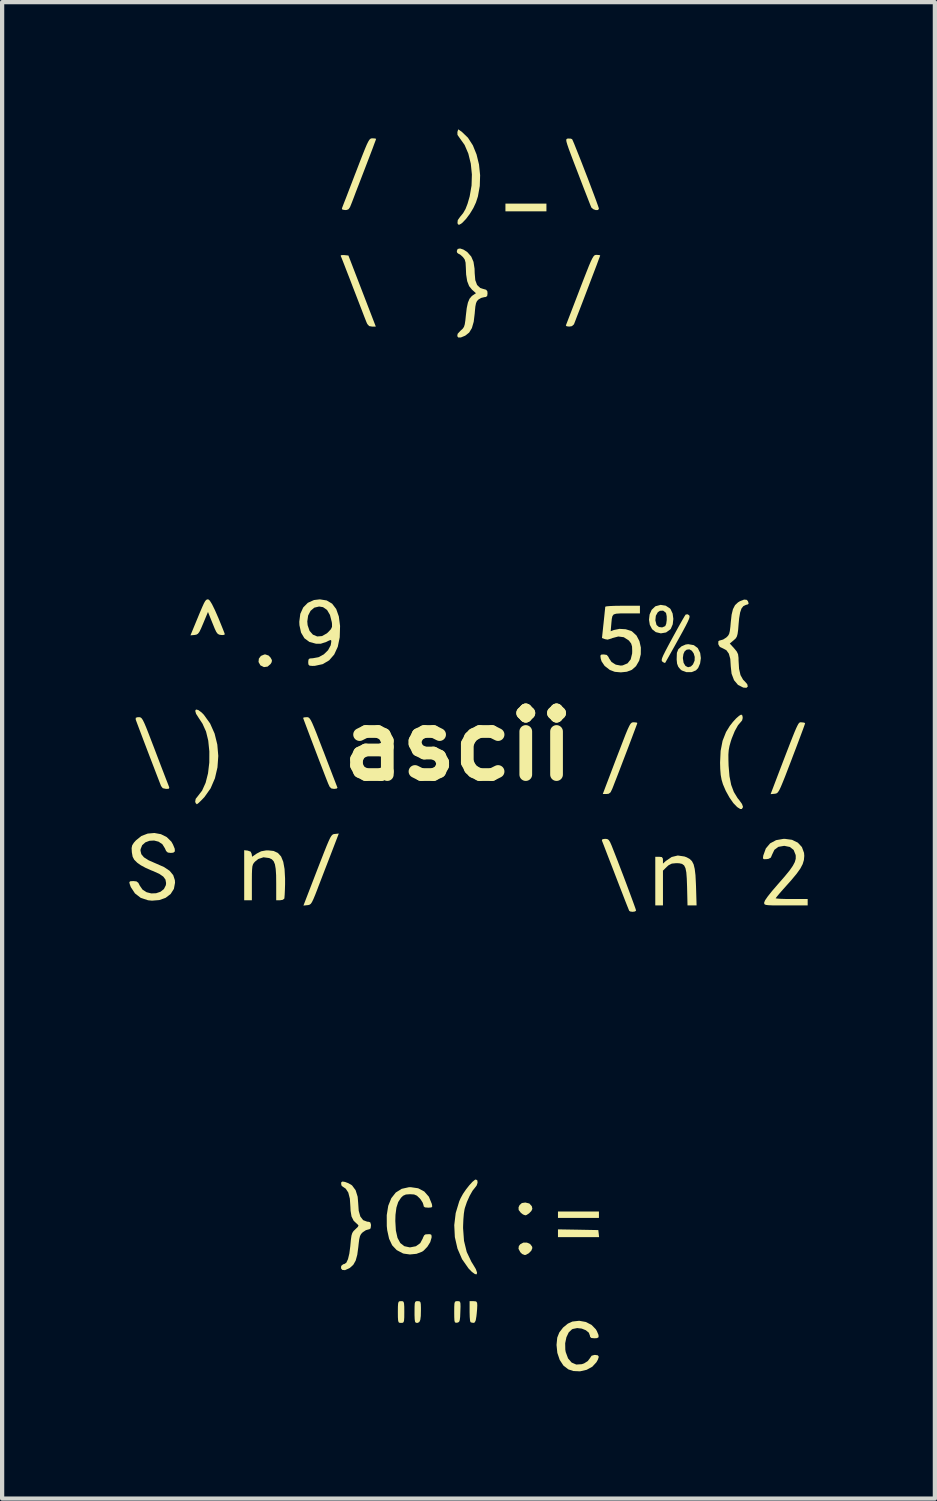
<source format=kicad_pcb>
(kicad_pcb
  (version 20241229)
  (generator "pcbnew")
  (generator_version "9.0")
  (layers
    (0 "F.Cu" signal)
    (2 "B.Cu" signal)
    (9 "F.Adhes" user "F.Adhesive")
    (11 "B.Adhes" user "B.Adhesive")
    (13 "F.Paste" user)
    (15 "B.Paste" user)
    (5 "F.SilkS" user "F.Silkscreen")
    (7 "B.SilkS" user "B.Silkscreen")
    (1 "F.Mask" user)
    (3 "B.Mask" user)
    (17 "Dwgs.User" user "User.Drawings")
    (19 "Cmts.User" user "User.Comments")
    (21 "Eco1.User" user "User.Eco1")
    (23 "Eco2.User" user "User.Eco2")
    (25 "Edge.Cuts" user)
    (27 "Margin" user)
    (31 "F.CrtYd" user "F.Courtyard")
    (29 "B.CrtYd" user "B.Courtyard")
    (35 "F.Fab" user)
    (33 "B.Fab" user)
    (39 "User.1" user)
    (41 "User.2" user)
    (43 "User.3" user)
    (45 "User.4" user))
  (footprint "ascii"
    (layer "F.Cu")
    (at 7.753 14.528)
    (property "Reference" "ascii" (at 0 0 0) (layer "F.SilkS") (effects (font (size 1.524 1.524) (thickness 0.3))))
    (attr board_only exclude_from_pos_files exclude_from_bom)
    (fp_poly (pts (xy 2.084 -12.594) (xy 1.117 -12.594) (xy 1.117 -12.776) (xy 2.084 -12.776)) (stroke (width 0) (type solid)) (fill yes) (layer "F.SilkS"))
    (fp_poly (pts (xy 3.322 11.145) (xy 2.356 11.145) (xy 2.356 10.994) (xy 3.322 10.994)) (stroke (width 0) (type solid)) (fill yes) (layer "F.SilkS"))
    (fp_poly (pts (xy 2.831 11.423) (xy 3.307 11.432) (xy 3.317 11.515) (xy 3.326 11.598) (xy 2.356 11.598) (xy 2.356 11.415)) (stroke (width 0) (type solid)) (fill yes) (layer "F.SilkS"))
    (fp_poly (pts (xy -4.467 -2.117) (xy -4.422 -2.069) (xy -4.39 -2.01) (xy -4.395 -1.963) (xy -4.422 -1.918) (xy -4.492 -1.857) (xy -4.578 -1.845) (xy -4.659 -1.885) (xy -4.664 -1.89) (xy -4.706 -1.966) (xy -4.698 -2.045) (xy -4.65 -2.109) (xy -4.568 -2.143) (xy -4.544 -2.144)) (stroke (width 0) (type solid)) (fill yes) (layer "F.SilkS"))
    (fp_poly (pts (xy 1.624 11.727) (xy 1.699 11.76) (xy 1.745 11.82) (xy 1.752 11.856) (xy 1.727 11.918) (xy 1.668 11.978) (xy 1.599 12.016) (xy 1.572 12.02) (xy 1.512 11.997) (xy 1.467 11.953) (xy 1.425 11.873) (xy 1.433 11.809) (xy 1.467 11.766) (xy 1.54 11.727)) (stroke (width 0) (type solid)) (fill yes) (layer "F.SilkS"))
    (fp_poly (pts (xy 1.681 10.805) (xy 1.739 10.869) (xy 1.752 10.931) (xy 1.729 10.981) (xy 1.675 11.037) (xy 1.614 11.077) (xy 1.586 11.084) (xy 1.532 11.064) (xy 1.48 11.024) (xy 1.429 10.958) (xy 1.426 10.896) (xy 1.451 10.841) (xy 1.505 10.794) (xy 1.586 10.782)) (stroke (width 0) (type solid)) (fill yes) (layer "F.SilkS"))
    (fp_poly (pts (xy 0.425 13.114) (xy 0.449 13.147) (xy 0.453 13.206) (xy 0.449 13.295) (xy 0.439 13.409) (xy 0.433 13.463) (xy 0.417 13.56) (xy 0.394 13.609) (xy 0.363 13.621) (xy 0.308 13.611) (xy 0.292 13.601) (xy 0.282 13.563) (xy 0.275 13.481) (xy 0.272 13.371) (xy 0.272 13.344) (xy 0.272 13.108) (xy 0.362 13.108)) (stroke (width 0) (type solid)) (fill yes) (layer "F.SilkS"))
    (fp_poly (pts (xy -1.307 13.11) (xy -1.285 13.125) (xy -1.274 13.165) (xy -1.269 13.241) (xy -1.268 13.364) (xy -1.269 13.489) (xy -1.274 13.565) (xy -1.285 13.604) (xy -1.308 13.619) (xy -1.344 13.621) (xy -1.381 13.619) (xy -1.403 13.604) (xy -1.414 13.564) (xy -1.419 13.488) (xy -1.42 13.364) (xy -1.419 13.24) (xy -1.414 13.164) (xy -1.403 13.125) (xy -1.38 13.11) (xy -1.344 13.108)) (stroke (width 0) (type solid)) (fill yes) (layer "F.SilkS"))
    (fp_poly (pts (xy -0.912 13.111) (xy -0.889 13.129) (xy -0.879 13.176) (xy -0.876 13.264) (xy -0.876 13.317) (xy -0.879 13.458) (xy -0.891 13.55) (xy -0.914 13.6) (xy -0.951 13.62) (xy -0.97 13.621) (xy -0.998 13.616) (xy -1.015 13.591) (xy -1.023 13.536) (xy -1.027 13.438) (xy -1.027 13.364) (xy -1.026 13.24) (xy -1.022 13.164) (xy -1.01 13.125) (xy -0.988 13.11) (xy -0.951 13.108)) (stroke (width 0) (type solid)) (fill yes) (layer "F.SilkS"))
    (fp_poly (pts (xy 0.024 13.11) (xy 0.046 13.124) (xy 0.056 13.162) (xy 0.058 13.237) (xy 0.054 13.357) (xy 0.049 13.48) (xy 0.04 13.555) (xy 0.025 13.594) (xy -0.000162 13.611) (xy -0.023 13.616) (xy -0.055 13.617) (xy -0.076 13.604) (xy -0.086 13.563) (xy -0.09 13.483) (xy -0.091 13.367) (xy -0.09 13.242) (xy -0.086 13.165) (xy -0.074 13.125) (xy -0.052 13.11) (xy -0.015 13.108) (xy -0.014 13.108)) (stroke (width 0) (type solid)) (fill yes) (layer "F.SilkS"))
    (fp_poly (pts (xy -2.685 -11.562) (xy -2.586 -11.552) (xy -2.263 -10.714) (xy -1.94 -9.876) (xy -2.029 -9.876) (xy -2.097 -9.888) (xy -2.14 -9.936) (xy -2.158 -9.974) (xy -2.18 -10.029) (xy -2.22 -10.131) (xy -2.274 -10.272) (xy -2.34 -10.443) (xy -2.414 -10.635) (xy -2.477 -10.797) (xy -2.552 -10.994) (xy -2.622 -11.173) (xy -2.681 -11.326) (xy -2.727 -11.444) (xy -2.758 -11.521) (xy -2.77 -11.547) (xy -2.754 -11.561) (xy -2.697 -11.563)) (stroke (width 0) (type solid)) (fill yes) (layer "F.SilkS"))
    (fp_poly (pts (xy -2.979 2.513) (xy -3.055 2.71) (xy -3.141 2.932) (xy -3.226 3.153) (xy -3.3 3.345) (xy -3.302 3.352) (xy -3.364 3.512) (xy -3.41 3.623) (xy -3.445 3.696) (xy -3.474 3.738) (xy -3.504 3.759) (xy -3.538 3.768) (xy -3.553 3.769) (xy -3.647 3.779) (xy -3.323 2.939) (xy -3.23 2.7) (xy -3.156 2.511) (xy -3.098 2.366) (xy -3.053 2.26) (xy -3.018 2.185) (xy -2.99 2.138) (xy -2.965 2.11) (xy -2.942 2.096) (xy -2.917 2.091) (xy -2.906 2.09) (xy -2.813 2.08)) (stroke (width 0) (type solid)) (fill yes) (layer "F.SilkS"))
    (fp_poly (pts (xy 5.443 -3.073) (xy 5.457 -3.056) (xy 5.46 -3.028) (xy 5.447 -2.982) (xy 5.416 -2.912) (xy 5.364 -2.809) (xy 5.289 -2.669) (xy 5.192 -2.494) (xy 5.101 -2.33) (xy 5.02 -2.186) (xy 4.954 -2.068) (xy 4.907 -1.985) (xy 4.884 -1.945) (xy 4.882 -1.943) (xy 4.854 -1.951) (xy 4.822 -1.971) (xy 4.806 -1.988) (xy 4.802 -2.015) (xy 4.812 -2.058) (xy 4.84 -2.124) (xy 4.889 -2.222) (xy 4.961 -2.359) (xy 5.055 -2.533) (xy 5.144 -2.695) (xy 5.224 -2.84) (xy 5.291 -2.958) (xy 5.34 -3.042) (xy 5.366 -3.082) (xy 5.367 -3.084) (xy 5.411 -3.091)) (stroke (width 0) (type solid)) (fill yes) (layer "F.SilkS"))
    (fp_poly (pts (xy -5.856 -3.414) (xy -5.803 -3.329) (xy -5.733 -3.187) (xy -5.647 -2.99) (xy -5.545 -2.738) (xy -5.504 -2.633) (xy -5.51 -2.606) (xy -5.563 -2.601) (xy -5.587 -2.603) (xy -5.634 -2.611) (xy -5.669 -2.631) (xy -5.702 -2.674) (xy -5.739 -2.752) (xy -5.789 -2.875) (xy -5.791 -2.879) (xy -5.898 -3.146) (xy -6.009 -2.879) (xy -6.062 -2.755) (xy -6.101 -2.676) (xy -6.135 -2.632) (xy -6.171 -2.611) (xy -6.215 -2.603) (xy -6.311 -2.594) (xy -6.159 -2.963) (xy -6.087 -3.137) (xy -6.033 -3.263) (xy -5.994 -3.349) (xy -5.964 -3.402) (xy -5.94 -3.43) (xy -5.917 -3.441) (xy -5.892 -3.443)) (stroke (width 0) (type solid)) (fill yes) (layer "F.SilkS"))
    (fp_poly (pts (xy -6.127 -0.833) (xy -6.046 -0.773) (xy -5.996 -0.722) (xy -5.848 -0.516) (xy -5.742 -0.278) (xy -5.678 -0.019) (xy -5.655 0.25) (xy -5.674 0.519) (xy -5.734 0.777) (xy -5.836 1.014) (xy -5.98 1.218) (xy -5.987 1.226) (xy -6.063 1.305) (xy -6.124 1.363) (xy -6.159 1.389) (xy -6.161 1.389) (xy -6.187 1.364) (xy -6.2 1.331) (xy -6.188 1.262) (xy -6.142 1.204) (xy -6.037 1.068) (xy -5.954 0.884) (xy -5.897 0.66) (xy -5.867 0.405) (xy -5.866 0.143) (xy -5.892 -0.112) (xy -5.944 -0.326) (xy -6.027 -0.51) (xy -6.112 -0.639) (xy -6.179 -0.744) (xy -6.199 -0.814) (xy -6.18 -0.845)) (stroke (width 0) (type solid)) (fill yes) (layer "F.SilkS"))
    (fp_poly (pts (xy 0.093 -14.465) (xy 0.233 -14.33) (xy 0.349 -14.15) (xy 0.436 -13.936) (xy 0.494 -13.698) (xy 0.52 -13.446) (xy 0.512 -13.191) (xy 0.468 -12.945) (xy 0.422 -12.803) (xy 0.361 -12.672) (xy 0.279 -12.537) (xy 0.188 -12.415) (xy 0.102 -12.325) (xy 0.071 -12.301) (xy 0.021 -12.275) (xy -0.004 -12.291) (xy -0.014 -12.318) (xy -0.007 -12.387) (xy 0.047 -12.463) (xy 0.12 -12.552) (xy 0.176 -12.65) (xy 0.224 -12.774) (xy 0.272 -12.94) (xy 0.274 -12.948) (xy 0.318 -13.203) (xy 0.326 -13.464) (xy 0.3 -13.719) (xy 0.242 -13.955) (xy 0.154 -14.16) (xy 0.039 -14.321) (xy -0.014 -14.397) (xy -0.016 -14.464) (xy 0.004 -14.528)) (stroke (width 0) (type solid)) (fill yes) (layer "F.SilkS"))
    (fp_poly (pts (xy 4.205 -0.539) (xy 4.228 -0.528) (xy 4.218 -0.497) (xy 4.189 -0.419) (xy 4.145 -0.302) (xy 4.09 -0.155) (xy 4.026 0.014) (xy 3.957 0.195) (xy 3.886 0.38) (xy 3.817 0.561) (xy 3.753 0.728) (xy 3.696 0.873) (xy 3.652 0.987) (xy 3.635 1.029) (xy 3.597 1.107) (xy 3.554 1.141) (xy 3.5 1.148) (xy 3.413 1.148) (xy 3.49 0.944) (xy 3.524 0.855) (xy 3.575 0.721) (xy 3.638 0.554) (xy 3.71 0.365) (xy 3.786 0.167) (xy 3.813 0.098) (xy 3.892 -0.108) (xy 3.953 -0.265) (xy 4 -0.378) (xy 4.037 -0.456) (xy 4.065 -0.505) (xy 4.09 -0.531) (xy 4.115 -0.542) (xy 4.143 -0.544) (xy 4.144 -0.544)) (stroke (width 0) (type solid)) (fill yes) (layer "F.SilkS"))
    (fp_poly (pts (xy 5.338 2.621) (xy 5.39 2.64) (xy 5.462 2.679) (xy 5.516 2.731) (xy 5.555 2.807) (xy 5.581 2.914) (xy 5.599 3.061) (xy 5.609 3.258) (xy 5.612 3.33) (xy 5.625 3.775) (xy 5.411 3.775) (xy 5.401 3.34) (xy 5.394 3.143) (xy 5.383 2.997) (xy 5.363 2.897) (xy 5.331 2.832) (xy 5.282 2.796) (xy 5.214 2.781) (xy 5.142 2.779) (xy 5.041 2.789) (xy 4.964 2.828) (xy 4.921 2.867) (xy 4.832 2.955) (xy 4.832 3.775) (xy 4.651 3.775) (xy 4.651 2.628) (xy 4.742 2.628) (xy 4.806 2.635) (xy 4.83 2.67) (xy 4.832 2.708) (xy 4.832 2.789) (xy 4.9 2.727) (xy 5.038 2.633) (xy 5.182 2.598)) (stroke (width 0) (type solid)) (fill yes) (layer "F.SilkS"))
    (fp_poly (pts (xy -7.505 -0.663) (xy -7.481 -0.654) (xy -7.458 -0.632) (xy -7.431 -0.59) (xy -7.398 -0.522) (xy -7.355 -0.421) (xy -7.3 -0.281) (xy -7.229 -0.096) (xy -7.16 0.083) (xy -7.082 0.288) (xy -7.009 0.48) (xy -6.944 0.648) (xy -6.891 0.786) (xy -6.853 0.883) (xy -6.835 0.929) (xy -6.811 0.994) (xy -6.818 1.021) (xy -6.867 1.027) (xy -6.886 1.027) (xy -6.964 1.011) (xy -7.005 0.959) (xy -7.058 0.822) (xy -7.121 0.659) (xy -7.191 0.476) (xy -7.265 0.284) (xy -7.339 0.09) (xy -7.41 -0.096) (xy -7.474 -0.266) (xy -7.529 -0.411) (xy -7.571 -0.523) (xy -7.597 -0.593) (xy -7.603 -0.612) (xy -7.601 -0.65) (xy -7.556 -0.664) (xy -7.531 -0.664)) (stroke (width 0) (type solid)) (fill yes) (layer "F.SilkS"))
    (fp_poly (pts (xy 8.094 -0.543) (xy 8.102 -0.543) (xy 8.162 -0.536) (xy 8.185 -0.521) (xy 8.174 -0.488) (xy 8.145 -0.406) (xy 8.099 -0.282) (xy 8.04 -0.124) (xy 7.97 0.062) (xy 7.891 0.268) (xy 7.873 0.317) (xy 7.782 0.553) (xy 7.711 0.738) (xy 7.654 0.879) (xy 7.611 0.982) (xy 7.577 1.053) (xy 7.549 1.098) (xy 7.525 1.124) (xy 7.501 1.136) (xy 7.475 1.141) (xy 7.466 1.142) (xy 7.371 1.151) (xy 7.438 0.975) (xy 7.564 0.644) (xy 7.671 0.364) (xy 7.76 0.133) (xy 7.833 -0.056) (xy 7.892 -0.206) (xy 7.939 -0.322) (xy 7.976 -0.408) (xy 8.005 -0.468) (xy 8.027 -0.508) (xy 8.045 -0.53) (xy 8.061 -0.541) (xy 8.077 -0.544)) (stroke (width 0) (type solid)) (fill yes) (layer "F.SilkS"))
    (fp_poly (pts (xy 0.455 10.261) (xy 0.46 10.315) (xy 0.439 10.379) (xy 0.409 10.419) (xy 0.342 10.503) (xy 0.272 10.627) (xy 0.208 10.77) (xy 0.16 10.912) (xy 0.151 10.95) (xy 0.136 11.048) (xy 0.125 11.182) (xy 0.119 11.33) (xy 0.118 11.385) (xy 0.14 11.685) (xy 0.204 11.948) (xy 0.315 12.181) (xy 0.348 12.233) (xy 0.419 12.352) (xy 0.448 12.434) (xy 0.44 12.475) (xy 0.398 12.47) (xy 0.325 12.417) (xy 0.247 12.337) (xy 0.094 12.118) (xy -0.014 11.869) (xy -0.076 11.598) (xy -0.09 11.315) (xy -0.056 11.031) (xy 0.027 10.755) (xy 0.062 10.676) (xy 0.116 10.578) (xy 0.187 10.474) (xy 0.265 10.375) (xy 0.338 10.295) (xy 0.397 10.247) (xy 0.42 10.239)) (stroke (width 0) (type solid)) (fill yes) (layer "F.SilkS"))
    (fp_poly (pts (xy 3.329 -11.563) (xy 3.352 -11.554) (xy 3.342 -11.525) (xy 3.313 -11.448) (xy 3.27 -11.331) (xy 3.214 -11.184) (xy 3.149 -11.014) (xy 3.079 -10.83) (xy 3.007 -10.641) (xy 2.936 -10.455) (xy 2.869 -10.281) (xy 2.809 -10.127) (xy 2.761 -10.001) (xy 2.733 -9.929) (xy 2.685 -9.886) (xy 2.622 -9.876) (xy 2.562 -9.883) (xy 2.542 -9.901) (xy 2.542 -9.902) (xy 2.555 -9.936) (xy 2.587 -10.019) (xy 2.635 -10.143) (xy 2.696 -10.302) (xy 2.768 -10.489) (xy 2.847 -10.695) (xy 2.867 -10.748) (xy 2.958 -10.984) (xy 3.031 -11.17) (xy 3.087 -11.311) (xy 3.131 -11.414) (xy 3.166 -11.485) (xy 3.193 -11.53) (xy 3.216 -11.555) (xy 3.239 -11.565) (xy 3.263 -11.567) (xy 3.268 -11.567)) (stroke (width 0) (type solid)) (fill yes) (layer "F.SilkS"))
    (fp_poly (pts (xy 3.516 2.209) (xy 3.552 2.231) (xy 3.585 2.282) (xy 3.626 2.375) (xy 3.639 2.409) (xy 3.695 2.551) (xy 3.76 2.717) (xy 3.83 2.9) (xy 3.903 3.09) (xy 3.974 3.278) (xy 4.04 3.456) (xy 4.099 3.615) (xy 4.147 3.746) (xy 4.181 3.841) (xy 4.197 3.891) (xy 4.198 3.896) (xy 4.173 3.918) (xy 4.118 3.926) (xy 4.062 3.919) (xy 4.037 3.904) (xy 4.023 3.871) (xy 3.99 3.789) (xy 3.941 3.665) (xy 3.88 3.507) (xy 3.808 3.322) (xy 3.729 3.117) (xy 3.715 3.081) (xy 3.635 2.872) (xy 3.561 2.682) (xy 3.497 2.516) (xy 3.446 2.383) (xy 3.41 2.29) (xy 3.392 2.245) (xy 3.392 2.243) (xy 3.404 2.214) (xy 3.467 2.205)) (stroke (width 0) (type solid)) (fill yes) (layer "F.SilkS"))
    (fp_poly (pts (xy -3.544 -0.663) (xy -3.522 -0.654) (xy -3.499 -0.632) (xy -3.472 -0.591) (xy -3.439 -0.524) (xy -3.397 -0.426) (xy -3.342 -0.291) (xy -3.273 -0.112) (xy -3.185 0.116) (xy -3.169 0.155) (xy -3.089 0.365) (xy -3.015 0.557) (xy -2.951 0.724) (xy -2.899 0.858) (xy -2.863 0.951) (xy -2.845 0.998) (xy -2.844 1.001) (xy -2.863 1.019) (xy -2.922 1.027) (xy -2.924 1.027) (xy -2.986 1.018) (xy -3.027 0.98) (xy -3.061 0.908) (xy -3.099 0.813) (xy -3.15 0.682) (xy -3.21 0.525) (xy -3.278 0.35) (xy -3.348 0.166) (xy -3.418 -0.018) (xy -3.485 -0.194) (xy -3.545 -0.353) (xy -3.595 -0.486) (xy -3.632 -0.585) (xy -3.652 -0.64) (xy -3.654 -0.649) (xy -3.628 -0.66) (xy -3.57 -0.664)) (stroke (width 0) (type solid)) (fill yes) (layer "F.SilkS"))
    (fp_poly (pts (xy -1.957 -14.312) (xy -1.933 -14.303) (xy -1.943 -14.272) (xy -1.973 -14.193) (xy -2.017 -14.073) (xy -2.075 -13.921) (xy -2.143 -13.744) (xy -2.192 -13.616) (xy -2.269 -13.416) (xy -2.342 -13.226) (xy -2.408 -13.056) (xy -2.461 -12.915) (xy -2.499 -12.816) (xy -2.512 -12.783) (xy -2.549 -12.692) (xy -2.583 -12.644) (xy -2.625 -12.627) (xy -2.663 -12.624) (xy -2.729 -12.635) (xy -2.74 -12.662) (xy -2.726 -12.699) (xy -2.693 -12.785) (xy -2.643 -12.912) (xy -2.581 -13.074) (xy -2.509 -13.261) (xy -2.43 -13.468) (xy -2.414 -13.508) (xy -2.324 -13.742) (xy -2.252 -13.926) (xy -2.196 -14.066) (xy -2.153 -14.168) (xy -2.119 -14.237) (xy -2.092 -14.281) (xy -2.069 -14.304) (xy -2.046 -14.314) (xy -2.021 -14.316) (xy -2.018 -14.316)) (stroke (width 0) (type solid)) (fill yes) (layer "F.SilkS"))
    (fp_poly (pts (xy 2.657 -14.309) (xy 2.689 -14.296) (xy 2.706 -14.262) (xy 2.741 -14.18) (xy 2.789 -14.06) (xy 2.849 -13.91) (xy 2.917 -13.738) (xy 2.988 -13.554) (xy 3.061 -13.366) (xy 3.13 -13.183) (xy 3.194 -13.014) (xy 3.249 -12.867) (xy 3.29 -12.753) (xy 3.316 -12.678) (xy 3.322 -12.654) (xy 3.3 -12.625) (xy 3.249 -12.623) (xy 3.19 -12.644) (xy 3.145 -12.682) (xy 3.14 -12.692) (xy 3.121 -12.738) (xy 3.084 -12.832) (xy 3.032 -12.966) (xy 2.967 -13.132) (xy 2.894 -13.322) (xy 2.815 -13.528) (xy 2.814 -13.531) (xy 2.726 -13.759) (xy 2.659 -13.937) (xy 2.609 -14.071) (xy 2.576 -14.168) (xy 2.557 -14.233) (xy 2.551 -14.274) (xy 2.556 -14.296) (xy 2.57 -14.306) (xy 2.591 -14.311) (xy 2.591 -14.311)) (stroke (width 0) (type solid)) (fill yes) (layer "F.SilkS"))
    (fp_poly (pts (xy 4.897 -3.294) (xy 4.997 -3.229) (xy 5.012 -3.211) (xy 5.06 -3.109) (xy 5.077 -2.982) (xy 5.063 -2.855) (xy 5.018 -2.75) (xy 5.006 -2.735) (xy 4.905 -2.662) (xy 4.782 -2.641) (xy 4.663 -2.67) (xy 4.576 -2.739) (xy 4.522 -2.842) (xy 4.505 -2.948) (xy 4.653 -2.948) (xy 4.679 -2.844) (xy 4.682 -2.837) (xy 4.737 -2.791) (xy 4.813 -2.781) (xy 4.883 -2.811) (xy 4.887 -2.815) (xy 4.909 -2.868) (xy 4.921 -2.954) (xy 4.92 -3.045) (xy 4.906 -3.116) (xy 4.9 -3.128) (xy 4.836 -3.177) (xy 4.76 -3.173) (xy 4.711 -3.14) (xy 4.664 -3.056) (xy 4.653 -2.948) (xy 4.505 -2.948) (xy 4.503 -2.963) (xy 4.517 -3.086) (xy 4.565 -3.195) (xy 4.647 -3.274) (xy 4.658 -3.281) (xy 4.778 -3.313)) (stroke (width 0) (type solid)) (fill yes) (layer "F.SilkS"))
    (fp_poly (pts (xy 5.56 -2.363) (xy 5.653 -2.294) (xy 5.71 -2.18) (xy 5.726 -2.057) (xy 5.708 -1.931) (xy 5.662 -1.824) (xy 5.61 -1.768) (xy 5.504 -1.726) (xy 5.384 -1.726) (xy 5.276 -1.766) (xy 5.239 -1.796) (xy 5.192 -1.855) (xy 5.165 -1.927) (xy 5.155 -2.027) (xy 5.156 -2.054) (xy 5.302 -2.054) (xy 5.319 -1.946) (xy 5.363 -1.873) (xy 5.424 -1.842) (xy 5.491 -1.86) (xy 5.54 -1.909) (xy 5.578 -1.996) (xy 5.581 -2.086) (xy 5.557 -2.168) (xy 5.513 -2.231) (xy 5.455 -2.264) (xy 5.391 -2.256) (xy 5.343 -2.216) (xy 5.315 -2.154) (xy 5.302 -2.066) (xy 5.302 -2.054) (xy 5.156 -2.054) (xy 5.16 -2.169) (xy 5.161 -2.183) (xy 5.194 -2.266) (xy 5.269 -2.335) (xy 5.368 -2.378) (xy 5.428 -2.386)) (stroke (width 0) (type solid)) (fill yes) (layer "F.SilkS"))
    (fp_poly (pts (xy 6.706 -0.701) (xy 6.713 -0.647) (xy 6.7 -0.591) (xy 6.683 -0.568) (xy 6.603 -0.476) (xy 6.525 -0.336) (xy 6.454 -0.161) (xy 6.431 -0.091) (xy 6.401 0.016) (xy 6.383 0.113) (xy 6.375 0.217) (xy 6.376 0.347) (xy 6.38 0.479) (xy 6.401 0.729) (xy 6.441 0.932) (xy 6.504 1.1) (xy 6.593 1.246) (xy 6.633 1.295) (xy 6.696 1.383) (xy 6.719 1.448) (xy 6.717 1.462) (xy 6.691 1.502) (xy 6.652 1.501) (xy 6.586 1.458) (xy 6.577 1.45) (xy 6.491 1.361) (xy 6.4 1.23) (xy 6.314 1.075) (xy 6.247 0.919) (xy 6.215 0.812) (xy 6.194 0.698) (xy 6.183 0.559) (xy 6.179 0.408) (xy 6.192 0.13) (xy 6.238 -0.107) (xy 6.32 -0.315) (xy 6.408 -0.458) (xy 6.479 -0.549) (xy 6.555 -0.633) (xy 6.625 -0.695) (xy 6.674 -0.724) (xy 6.679 -0.725)) (stroke (width 0) (type solid)) (fill yes) (layer "F.SilkS"))
    (fp_poly (pts (xy -4.961 2.482) (xy -4.892 2.507) (xy -4.868 2.559) (xy -4.858 2.627) (xy -4.748 2.552) (xy -4.645 2.499) (xy -4.529 2.478) (xy -4.478 2.477) (xy -4.35 2.491) (xy -4.249 2.538) (xy -4.174 2.621) (xy -4.123 2.746) (xy -4.092 2.917) (xy -4.08 3.14) (xy -4.08 3.277) (xy -4.084 3.409) (xy -4.089 3.52) (xy -4.095 3.595) (xy -4.099 3.617) (xy -4.137 3.644) (xy -4.201 3.654) (xy -4.289 3.654) (xy -4.289 3.266) (xy -4.291 3.064) (xy -4.301 2.914) (xy -4.319 2.807) (xy -4.349 2.734) (xy -4.392 2.688) (xy -4.452 2.659) (xy -4.454 2.658) (xy -4.589 2.64) (xy -4.711 2.68) (xy -4.786 2.74) (xy -4.816 2.773) (xy -4.837 2.808) (xy -4.851 2.855) (xy -4.858 2.927) (xy -4.862 3.033) (xy -4.863 3.186) (xy -4.863 3.236) (xy -4.863 3.654) (xy -5.044 3.654) (xy -5.044 2.473)) (stroke (width 0) (type solid)) (fill yes) (layer "F.SilkS"))
    (fp_poly (pts (xy 3.012 13.599) (xy 3.148 13.668) (xy 3.249 13.772) (xy 3.274 13.815) (xy 3.312 13.906) (xy 3.314 13.958) (xy 3.277 13.98) (xy 3.217 13.984) (xy 3.143 13.977) (xy 3.114 13.95) (xy 3.111 13.925) (xy 3.084 13.852) (xy 3.013 13.794) (xy 2.916 13.755) (xy 2.808 13.743) (xy 2.706 13.764) (xy 2.686 13.773) (xy 2.609 13.846) (xy 2.555 13.96) (xy 2.526 14.101) (xy 2.529 14.253) (xy 2.539 14.31) (xy 2.594 14.458) (xy 2.678 14.556) (xy 2.787 14.603) (xy 2.916 14.595) (xy 2.972 14.576) (xy 3.059 14.521) (xy 3.11 14.453) (xy 3.149 14.395) (xy 3.218 14.376) (xy 3.231 14.376) (xy 3.297 14.386) (xy 3.319 14.421) (xy 3.297 14.488) (xy 3.263 14.549) (xy 3.165 14.655) (xy 3.031 14.728) (xy 2.876 14.763) (xy 2.719 14.756) (xy 2.602 14.718) (xy 2.485 14.628) (xy 2.397 14.494) (xy 2.341 14.328) (xy 2.322 14.14) (xy 2.339 13.968) (xy 2.387 13.847) (xy 2.476 13.731) (xy 2.589 13.638) (xy 2.696 13.589) (xy 2.857 13.571)) (stroke (width 0) (type solid)) (fill yes) (layer "F.SilkS"))
    (fp_poly (pts (xy 6.81 -3.431) (xy 6.838 -3.395) (xy 6.853 -3.346) (xy 6.836 -3.325) (xy 6.788 -3.312) (xy 6.728 -3.283) (xy 6.684 -3.227) (xy 6.652 -3.134) (xy 6.629 -2.997) (xy 6.616 -2.86) (xy 6.605 -2.721) (xy 6.592 -2.627) (xy 6.575 -2.567) (xy 6.55 -2.524) (xy 6.51 -2.487) (xy 6.5 -2.478) (xy 6.408 -2.401) (xy 6.511 -2.288) (xy 6.571 -2.215) (xy 6.603 -2.149) (xy 6.614 -2.064) (xy 6.615 -2.001) (xy 6.627 -1.804) (xy 6.661 -1.656) (xy 6.721 -1.549) (xy 6.76 -1.51) (xy 6.82 -1.442) (xy 6.833 -1.387) (xy 6.801 -1.357) (xy 6.726 -1.362) (xy 6.726 -1.362) (xy 6.601 -1.426) (xy 6.508 -1.537) (xy 6.45 -1.69) (xy 6.431 -1.864) (xy 6.42 -2.038) (xy 6.386 -2.162) (xy 6.329 -2.242) (xy 6.252 -2.284) (xy 6.174 -2.321) (xy 6.141 -2.375) (xy 6.137 -2.397) (xy 6.139 -2.457) (xy 6.175 -2.476) (xy 6.188 -2.477) (xy 6.252 -2.496) (xy 6.324 -2.542) (xy 6.329 -2.546) (xy 6.367 -2.584) (xy 6.393 -2.629) (xy 6.409 -2.695) (xy 6.422 -2.796) (xy 6.431 -2.901) (xy 6.451 -3.081) (xy 6.483 -3.212) (xy 6.532 -3.306) (xy 6.602 -3.372) (xy 6.647 -3.399) (xy 6.746 -3.438)) (stroke (width 0) (type solid)) (fill yes) (layer "F.SilkS"))
    (fp_poly (pts (xy -0.941 10.446) (xy -0.797 10.522) (xy -0.688 10.646) (xy -0.619 10.815) (xy -0.618 10.82) (xy -0.609 10.875) (xy -0.629 10.898) (xy -0.693 10.903) (xy -0.706 10.903) (xy -0.781 10.897) (xy -0.811 10.872) (xy -0.815 10.843) (xy -0.835 10.784) (xy -0.883 10.709) (xy -0.904 10.684) (xy -0.97 10.621) (xy -1.037 10.592) (xy -1.133 10.586) (xy -1.231 10.593) (xy -1.296 10.622) (xy -1.345 10.669) (xy -1.412 10.771) (xy -1.454 10.902) (xy -1.476 11.073) (xy -1.48 11.217) (xy -1.467 11.442) (xy -1.428 11.616) (xy -1.362 11.738) (xy -1.267 11.812) (xy -1.143 11.839) (xy -1.127 11.839) (xy -0.994 11.813) (xy -0.892 11.74) (xy -0.831 11.626) (xy -0.829 11.615) (xy -0.8 11.556) (xy -0.767 11.533) (xy -0.679 11.528) (xy -0.636 11.537) (xy -0.624 11.569) (xy -0.625 11.61) (xy -0.656 11.716) (xy -0.725 11.827) (xy -0.814 11.918) (xy -0.849 11.942) (xy -0.981 11.992) (xy -1.136 12.007) (xy -1.283 11.987) (xy -1.308 11.978) (xy -1.449 11.903) (xy -1.555 11.79) (xy -1.627 11.636) (xy -1.671 11.435) (xy -1.681 11.338) (xy -1.682 11.079) (xy -1.647 10.859) (xy -1.575 10.681) (xy -1.469 10.546) (xy -1.33 10.459) (xy -1.16 10.421) (xy -1.117 10.42)) (stroke (width 0) (type solid)) (fill yes) (layer "F.SilkS"))
    (fp_poly (pts (xy 0.125 -11.693) (xy 0.214 -11.635) (xy 0.225 -11.625) (xy 0.311 -11.526) (xy 0.364 -11.402) (xy 0.389 -11.24) (xy 0.392 -11.136) (xy 0.406 -10.971) (xy 0.449 -10.856) (xy 0.523 -10.787) (xy 0.589 -10.765) (xy 0.661 -10.745) (xy 0.69 -10.709) (xy 0.695 -10.658) (xy 0.686 -10.595) (xy 0.648 -10.572) (xy 0.622 -10.571) (xy 0.545 -10.552) (xy 0.482 -10.515) (xy 0.447 -10.479) (xy 0.424 -10.429) (xy 0.408 -10.351) (xy 0.396 -10.23) (xy 0.393 -10.19) (xy 0.369 -9.99) (xy 0.326 -9.841) (xy 0.261 -9.734) (xy 0.168 -9.661) (xy 0.068 -9.62) (xy 0.007 -9.618) (xy -0.019 -9.65) (xy -0.01 -9.706) (xy 0.057 -9.778) (xy 0.06 -9.781) (xy 0.108 -9.824) (xy 0.139 -9.869) (xy 0.158 -9.93) (xy 0.172 -10.023) (xy 0.183 -10.13) (xy 0.204 -10.31) (xy 0.232 -10.441) (xy 0.27 -10.532) (xy 0.323 -10.595) (xy 0.35 -10.615) (xy 0.422 -10.663) (xy 0.329 -10.746) (xy 0.26 -10.831) (xy 0.215 -10.948) (xy 0.19 -11.105) (xy 0.183 -11.274) (xy 0.177 -11.384) (xy 0.157 -11.457) (xy 0.117 -11.513) (xy 0.107 -11.523) (xy 0.049 -11.574) (xy 0.004 -11.597) (xy 0.001 -11.598) (xy -0.024 -11.623) (xy -0.03 -11.658) (xy -0.009 -11.707) (xy 0.047 -11.718)) (stroke (width 0) (type solid)) (fill yes) (layer "F.SilkS"))
    (fp_poly (pts (xy -3.098 -3.417) (xy -2.97 -3.341) (xy -2.874 -3.215) (xy -2.812 -3.04) (xy -2.783 -2.816) (xy -2.783 -2.812) (xy -2.791 -2.548) (xy -2.837 -2.324) (xy -2.921 -2.142) (xy -3.04 -2.005) (xy -3.192 -1.915) (xy -3.377 -1.875) (xy -3.435 -1.873) (xy -3.503 -1.879) (xy -3.53 -1.908) (xy -3.534 -1.963) (xy -3.528 -2.023) (xy -3.499 -2.049) (xy -3.429 -2.054) (xy -3.425 -2.054) (xy -3.29 -2.079) (xy -3.166 -2.146) (xy -3.066 -2.244) (xy -3.004 -2.359) (xy -2.99 -2.444) (xy -2.993 -2.478) (xy -3.014 -2.483) (xy -3.066 -2.461) (xy -3.103 -2.441) (xy -3.236 -2.397) (xy -3.348 -2.396) (xy -3.505 -2.438) (xy -3.624 -2.526) (xy -3.703 -2.659) (xy -3.741 -2.833) (xy -3.745 -2.915) (xy -3.744 -2.922) (xy -3.556 -2.922) (xy -3.548 -2.834) (xy -3.502 -2.699) (xy -3.423 -2.61) (xy -3.322 -2.568) (xy -3.208 -2.577) (xy -3.093 -2.642) (xy -3.062 -2.671) (xy -2.999 -2.739) (xy -2.973 -2.794) (xy -2.973 -2.864) (xy -2.978 -2.905) (xy -3.021 -3.076) (xy -3.09 -3.193) (xy -3.185 -3.259) (xy -3.278 -3.274) (xy -3.391 -3.247) (xy -3.479 -3.172) (xy -3.536 -3.061) (xy -3.556 -2.922) (xy -3.744 -2.922) (xy -3.721 -3.101) (xy -3.652 -3.252) (xy -3.543 -3.362) (xy -3.398 -3.427) (xy -3.259 -3.443)) (stroke (width 0) (type solid)) (fill yes) (layer "F.SilkS"))
    (fp_poly (pts (xy 7.876 2.228) (xy 8.013 2.295) (xy 8.109 2.399) (xy 8.159 2.535) (xy 8.165 2.607) (xy 8.156 2.705) (xy 8.127 2.801) (xy 8.072 2.906) (xy 7.985 3.028) (xy 7.862 3.176) (xy 7.773 3.276) (xy 7.671 3.39) (xy 7.585 3.488) (xy 7.523 3.562) (xy 7.492 3.602) (xy 7.49 3.607) (xy 7.518 3.613) (xy 7.596 3.619) (xy 7.71 3.623) (xy 7.851 3.624) (xy 7.868 3.624) (xy 8.245 3.624) (xy 8.245 3.775) (xy 7.732 3.775) (xy 7.545 3.775) (xy 7.41 3.774) (xy 7.318 3.77) (xy 7.262 3.763) (xy 7.232 3.752) (xy 7.221 3.735) (xy 7.219 3.711) (xy 7.219 3.707) (xy 7.24 3.655) (xy 7.303 3.564) (xy 7.404 3.437) (xy 7.541 3.278) (xy 7.555 3.262) (xy 7.705 3.09) (xy 7.817 2.953) (xy 7.894 2.843) (xy 7.941 2.754) (xy 7.963 2.677) (xy 7.964 2.606) (xy 7.96 2.582) (xy 7.914 2.467) (xy 7.826 2.397) (xy 7.698 2.371) (xy 7.686 2.371) (xy 7.554 2.394) (xy 7.46 2.464) (xy 7.405 2.58) (xy 7.377 2.647) (xy 7.324 2.676) (xy 7.28 2.683) (xy 7.213 2.686) (xy 7.19 2.665) (xy 7.197 2.605) (xy 7.199 2.596) (xy 7.258 2.432) (xy 7.359 2.312) (xy 7.5 2.236) (xy 7.678 2.205) (xy 7.706 2.205)) (stroke (width 0) (type solid)) (fill yes) (layer "F.SilkS"))
    (fp_poly (pts (xy -2.665 10.297) (xy -2.59 10.325) (xy -2.52 10.364) (xy -2.498 10.381) (xy -2.416 10.492) (xy -2.368 10.646) (xy -2.356 10.789) (xy -2.343 10.978) (xy -2.304 11.114) (xy -2.238 11.198) (xy -2.143 11.234) (xy -2.116 11.235) (xy -2.071 11.249) (xy -2.055 11.3) (xy -2.054 11.326) (xy -2.063 11.392) (xy -2.099 11.416) (xy -2.112 11.416) (xy -2.175 11.435) (xy -2.246 11.482) (xy -2.249 11.484) (xy -2.288 11.524) (xy -2.313 11.574) (xy -2.331 11.647) (xy -2.345 11.759) (xy -2.352 11.827) (xy -2.377 12.014) (xy -2.415 12.152) (xy -2.472 12.252) (xy -2.551 12.323) (xy -2.568 12.333) (xy -2.667 12.377) (xy -2.732 12.371) (xy -2.761 12.332) (xy -2.756 12.277) (xy -2.71 12.238) (xy -2.681 12.232) (xy -2.636 12.202) (xy -2.596 12.117) (xy -2.564 11.984) (xy -2.541 11.807) (xy -2.54 11.792) (xy -2.527 11.654) (xy -2.514 11.562) (xy -2.495 11.501) (xy -2.467 11.457) (xy -2.424 11.415) (xy -2.421 11.412) (xy -2.364 11.357) (xy -2.348 11.325) (xy -2.369 11.298) (xy -2.381 11.289) (xy -2.463 11.211) (xy -2.513 11.111) (xy -2.535 10.976) (xy -2.539 10.889) (xy -2.552 10.691) (xy -2.589 10.547) (xy -2.649 10.456) (xy -2.688 10.429) (xy -2.744 10.392) (xy -2.758 10.344) (xy -2.753 10.301) (xy -2.725 10.287)) (stroke (width 0) (type solid)) (fill yes) (layer "F.SilkS"))
    (fp_poly (pts (xy 4.289 -3.111) (xy 3.971 -3.111) (xy 3.825 -3.111) (xy 3.729 -3.105) (xy 3.67 -3.087) (xy 3.64 -3.048) (xy 3.625 -2.981) (xy 3.615 -2.878) (xy 3.614 -2.863) (xy 3.599 -2.691) (xy 3.674 -2.72) (xy 3.808 -2.747) (xy 3.954 -2.738) (xy 4.083 -2.698) (xy 4.102 -2.687) (xy 4.208 -2.59) (xy 4.277 -2.458) (xy 4.311 -2.306) (xy 4.309 -2.147) (xy 4.271 -1.996) (xy 4.196 -1.867) (xy 4.099 -1.781) (xy 3.981 -1.736) (xy 3.838 -1.721) (xy 3.696 -1.734) (xy 3.58 -1.777) (xy 3.579 -1.778) (xy 3.456 -1.874) (xy 3.384 -1.981) (xy 3.364 -2.048) (xy 3.356 -2.114) (xy 3.376 -2.14) (xy 3.436 -2.144) (xy 3.508 -2.132) (xy 3.548 -2.083) (xy 3.559 -2.056) (xy 3.62 -1.965) (xy 3.719 -1.903) (xy 3.836 -1.881) (xy 3.883 -1.886) (xy 3.997 -1.934) (xy 4.071 -2.027) (xy 4.105 -2.166) (xy 4.107 -2.226) (xy 4.103 -2.331) (xy 4.082 -2.401) (xy 4.036 -2.462) (xy 4.019 -2.479) (xy 3.908 -2.55) (xy 3.779 -2.567) (xy 3.64 -2.53) (xy 3.624 -2.522) (xy 3.527 -2.493) (xy 3.466 -2.504) (xy 3.394 -2.531) (xy 3.432 -2.889) (xy 3.447 -3.03) (xy 3.459 -3.149) (xy 3.468 -3.233) (xy 3.471 -3.269) (xy 3.501 -3.278) (xy 3.579 -3.285) (xy 3.696 -3.29) (xy 3.839 -3.292) (xy 3.881 -3.292) (xy 4.289 -3.292)) (stroke (width 0) (type solid)) (fill yes) (layer "F.SilkS"))
    (fp_poly (pts (xy -7.008 2.095) (xy -6.87 2.164) (xy -6.761 2.272) (xy -6.724 2.337) (xy -6.682 2.439) (xy -6.679 2.501) (xy -6.715 2.531) (xy -6.774 2.537) (xy -6.844 2.529) (xy -6.885 2.493) (xy -6.913 2.43) (xy -6.973 2.333) (xy -7.063 2.272) (xy -7.169 2.245) (xy -7.277 2.251) (xy -7.375 2.288) (xy -7.45 2.355) (xy -7.488 2.451) (xy -7.49 2.484) (xy -7.47 2.567) (xy -7.408 2.641) (xy -7.296 2.712) (xy -7.131 2.784) (xy -7.124 2.787) (xy -6.935 2.87) (xy -6.801 2.96) (xy -6.718 3.061) (xy -6.679 3.179) (xy -6.675 3.241) (xy -6.702 3.385) (xy -6.778 3.505) (xy -6.895 3.595) (xy -7.045 3.649) (xy -7.218 3.663) (xy -7.311 3.654) (xy -7.484 3.597) (xy -7.62 3.492) (xy -7.718 3.343) (xy -7.745 3.269) (xy -7.753 3.224) (xy -7.728 3.205) (xy -7.659 3.201) (xy -7.584 3.209) (xy -7.54 3.243) (xy -7.507 3.308) (xy -7.441 3.403) (xy -7.346 3.464) (xy -7.235 3.492) (xy -7.122 3.488) (xy -7.018 3.453) (xy -6.937 3.389) (xy -6.891 3.297) (xy -6.886 3.247) (xy -6.901 3.165) (xy -6.952 3.096) (xy -7.046 3.031) (xy -7.19 2.966) (xy -7.237 2.948) (xy -7.362 2.893) (xy -7.481 2.829) (xy -7.566 2.769) (xy -7.638 2.697) (xy -7.675 2.626) (xy -7.693 2.526) (xy -7.694 2.517) (xy -7.699 2.424) (xy -7.686 2.359) (xy -7.647 2.297) (xy -7.597 2.241) (xy -7.469 2.138) (xy -7.32 2.081) (xy -7.162 2.067)) (stroke (width 0) (type solid)) (fill yes) (layer "F.SilkS")))
  (gr_rect
    (start -3 -3)
    (end 18.998 32.292)
    (stroke (width 0.1) (type default))
    (fill no)
    (layer "Edge.Cuts")))
</source>
